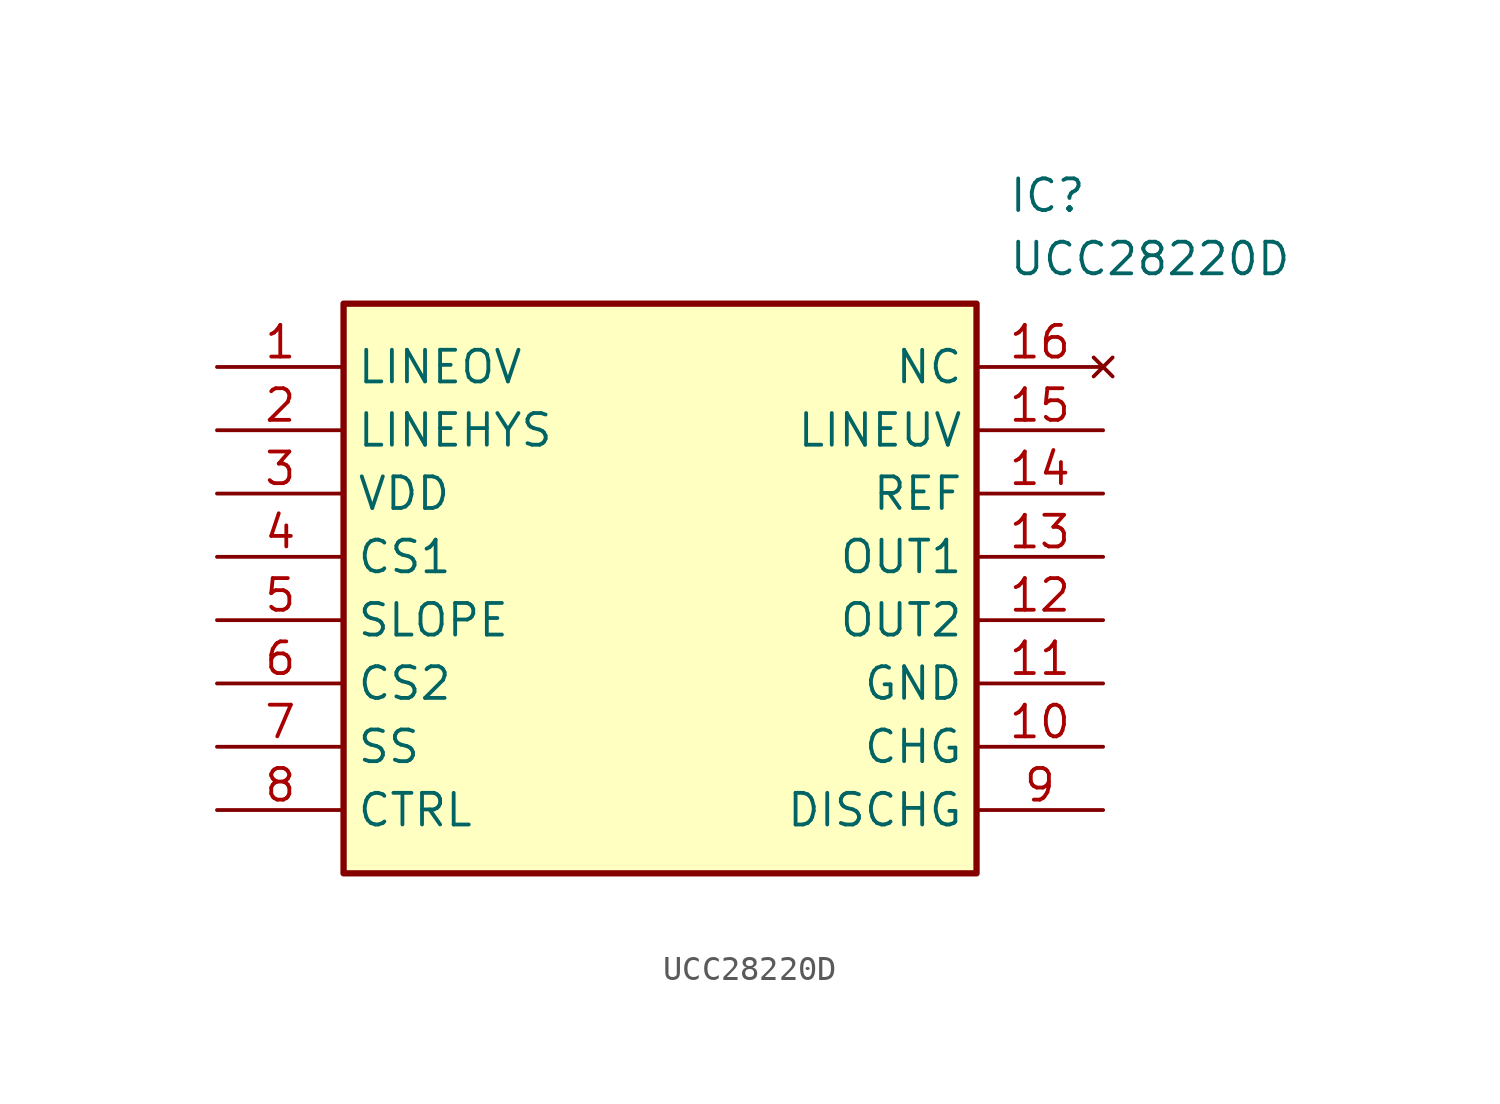
<source format=kicad_sym>
(kicad_symbol_lib
  (version 20211014)
  (generator SamacSys_ECAD_Model)
  (symbol "UCC28220D"
    (property "Reference" "IC"
      (at 31.75 7.62 0)
      (effects (font (size 1.27 1.27)) (justify left top)))
    (property "Value" "UCC28220D"
      (at 31.75 5.08 0)
      (effects (font (size 1.27 1.27)) (justify left top)))
    (rectangle
      (start 5.08 2.54)
      (end 30.48 -20.32)
      (stroke (width 0.254) (type default))
      (fill (type background)))
    (pin passive line
      (at 0 0 0)
      (length 5.08)
      (name "LINEOV" (effects (font (size 1.27 1.27))))
      (number "1" (effects (font (size 1.27 1.27)))))
    (pin passive line
      (at 0 -2.54 0)
      (length 5.08)
      (name "LINEHYS" (effects (font (size 1.27 1.27))))
      (number "2" (effects (font (size 1.27 1.27)))))
    (pin passive line
      (at 0 -5.08 0)
      (length 5.08)
      (name "VDD" (effects (font (size 1.27 1.27))))
      (number "3" (effects (font (size 1.27 1.27)))))
    (pin passive line
      (at 0 -7.62 0)
      (length 5.08)
      (name "CS1" (effects (font (size 1.27 1.27))))
      (number "4" (effects (font (size 1.27 1.27)))))
    (pin passive line
      (at 0 -10.16 0)
      (length 5.08)
      (name "SLOPE" (effects (font (size 1.27 1.27))))
      (number "5" (effects (font (size 1.27 1.27)))))
    (pin passive line
      (at 0 -12.7 0)
      (length 5.08)
      (name "CS2" (effects (font (size 1.27 1.27))))
      (number "6" (effects (font (size 1.27 1.27)))))
    (pin passive line
      (at 0 -15.24 0)
      (length 5.08)
      (name "SS" (effects (font (size 1.27 1.27))))
      (number "7" (effects (font (size 1.27 1.27)))))
    (pin passive line
      (at 0 -17.78 0)
      (length 5.08)
      (name "CTRL" (effects (font (size 1.27 1.27))))
      (number "8" (effects (font (size 1.27 1.27)))))
    (pin passive line
      (at 35.56 -17.78 180)
      (length 5.08)
      (name "DISCHG" (effects (font (size 1.27 1.27))))
      (number "9" (effects (font (size 1.27 1.27)))))
    (pin passive line
      (at 35.56 -15.24 180)
      (length 5.08)
      (name "CHG" (effects (font (size 1.27 1.27))))
      (number "10" (effects (font (size 1.27 1.27)))))
    (pin passive line
      (at 35.56 -12.7 180)
      (length 5.08)
      (name "GND" (effects (font (size 1.27 1.27))))
      (number "11" (effects (font (size 1.27 1.27)))))
    (pin passive line
      (at 35.56 -10.16 180)
      (length 5.08)
      (name "OUT2" (effects (font (size 1.27 1.27))))
      (number "12" (effects (font (size 1.27 1.27)))))
    (pin passive line
      (at 35.56 -7.62 180)
      (length 5.08)
      (name "OUT1" (effects (font (size 1.27 1.27))))
      (number "13" (effects (font (size 1.27 1.27)))))
    (pin passive line
      (at 35.56 -5.08 180)
      (length 5.08)
      (name "REF" (effects (font (size 1.27 1.27))))
      (number "14" (effects (font (size 1.27 1.27)))))
    (pin passive line
      (at 35.56 -2.54 180)
      (length 5.08)
      (name "LINEUV" (effects (font (size 1.27 1.27))))
      (number "15" (effects (font (size 1.27 1.27)))))
    (pin no_connect line
      (at 35.56 0 180)
      (length 5.08)
      (name "NC" (effects (font (size 1.27 1.27))))
      (number "16" (effects (font (size 1.27 1.27)))))))
</source>
